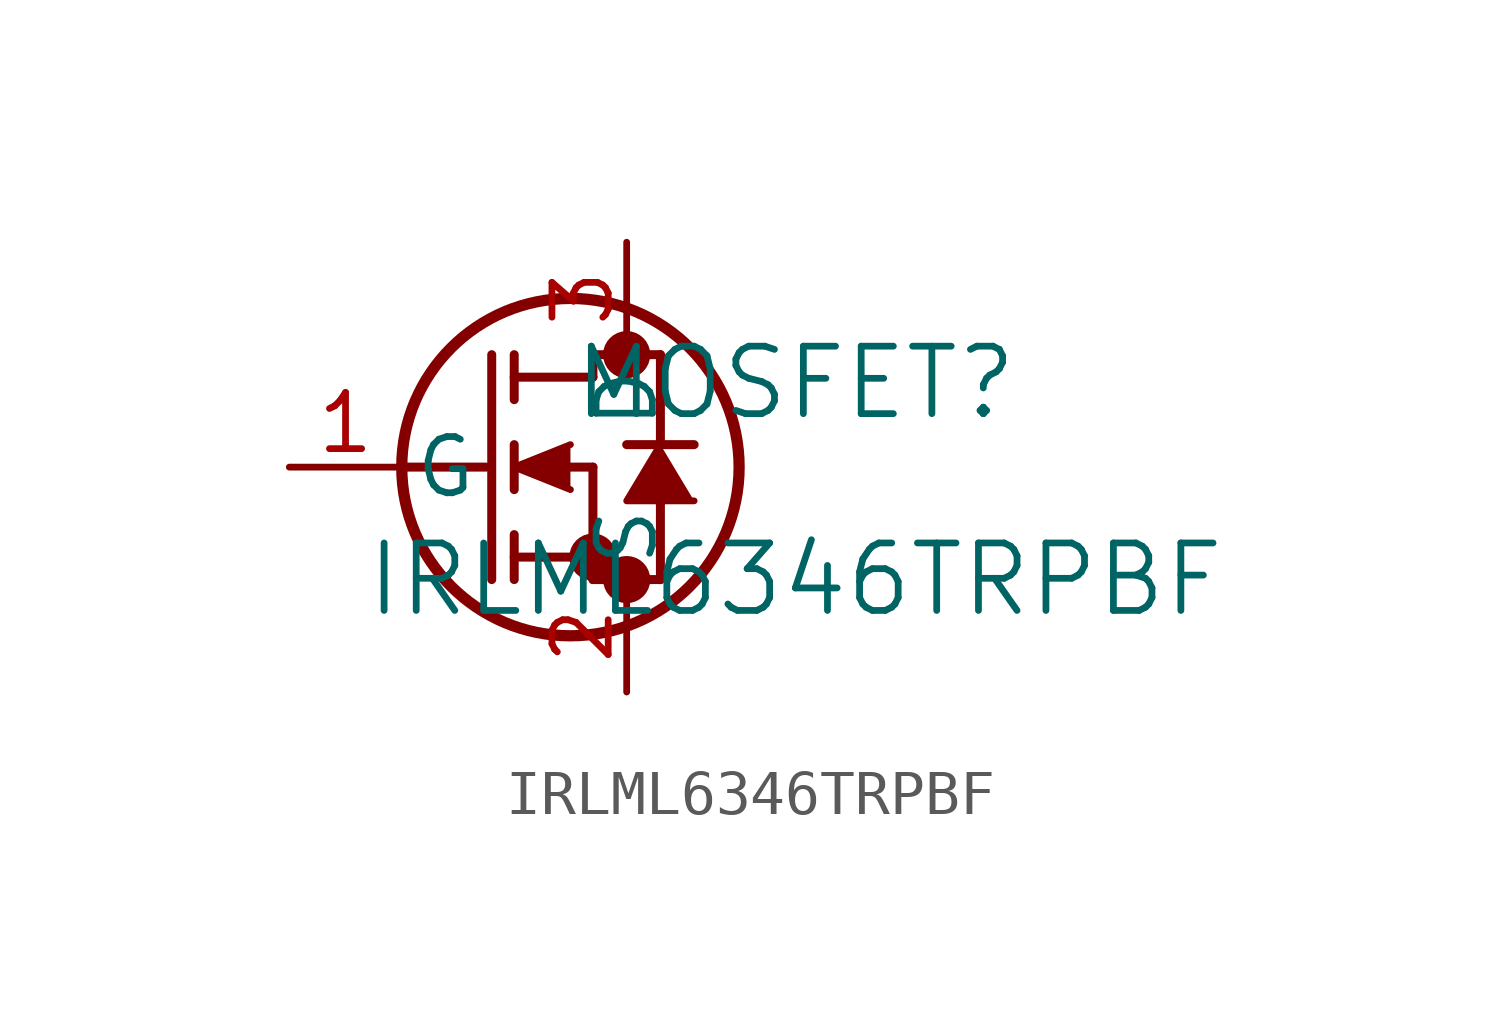
<source format=kicad_sym>
(kicad_symbol_lib
  (version 20211014)
  (generator kicad_symbol_editor)
  (symbol "IRLML6346TRPBF"
    (pin_names
      (offset 0.254))
    (property "Reference" "MOSFET"
      (at 11.43 1.905 0)
      (effects (font (size 1.524 1.524))))
    (property "Value" "IRLML6346TRPBF"
      (at 11.43 -2.54 0)
      (effects (font (size 1.524 1.524))))
    (symbol "IRLML6346TRPBF_0_1"
      (circle (center 7.62 2.54) (radius 0.025) (stroke (width 0.508) (type default) (color 0 0 0 0)) (fill (type none)))
      (circle (center 7.62 -2.54) (radius 0.025) (stroke (width 0.508) (type default) (color 0 0 0 0)) (fill (type none)))
      (circle (center 6.858 -2.032) (radius 0.025) (stroke (width 0.508) (type default) (color 0 0 0 0)) (fill (type none)))
      (circle (center 6.35 0) (radius 3.81) (stroke (width 0.254) (type default) (color 0 0 0 0)) (fill (type none)))
      (polyline (pts (xy 2.54 0) (xy 4.445 0)) (stroke (width 0.203) (type default) (color 0 0 0 0)) (fill (type none)))
      (polyline (pts (xy 4.572 -2.54) (xy 4.572 2.54)) (stroke (width 0.203) (type default) (color 0 0 0 0)) (fill (type none)))
      (polyline (pts (xy 5.08 -0.508) (xy 5.08 0.508)) (stroke (width 0.203) (type default) (color 0 0 0 0)) (fill (type none)))
      (polyline (pts (xy 5.08 -2.54) (xy 5.08 -1.524)) (stroke (width 0.203) (type default) (color 0 0 0 0)) (fill (type none)))
      (polyline (pts (xy 5.08 1.524) (xy 5.08 2.54)) (stroke (width 0.203) (type default) (color 0 0 0 0)) (fill (type none)))
      (polyline (pts (xy 6.35 0) (xy 6.858 0)) (stroke (width 0.203) (type default) (color 0 0 0 0)) (fill (type none)))
      (polyline (pts (xy 5.08 -2.032) (xy 6.858 -2.032)) (stroke (width 0.203) (type default) (color 0 0 0 0)) (fill (type none)))
      (polyline (pts (xy 6.858 -2.54) (xy 6.858 0)) (stroke (width 0.203) (type default) (color 0 0 0 0)) (fill (type none)))
      (polyline (pts (xy 6.858 -2.54) (xy 8.382 -2.54)) (stroke (width 0.203) (type default) (color 0 0 0 0)) (fill (type none)))
      (polyline (pts (xy 5.08 2.032) (xy 6.858 2.032)) (stroke (width 0.203) (type default) (color 0 0 0 0)) (fill (type none)))
      (polyline (pts (xy 8.382 0.508) (xy 8.382 2.54)) (stroke (width 0.203) (type default) (color 0 0 0 0)) (fill (type none)))
      (polyline (pts (xy 6.35 0.508) (xy 5.08 0) (xy 6.35 -0.508)) (stroke (width 0) (type default) (color 0 0 0 0)) (fill (type outline)))
      (polyline (pts (xy 9.144 -0.762) (xy 7.62 -0.762) (xy 8.382 0.508)) (stroke (width 0) (type default) (color 0 0 0 0)) (fill (type outline)))
      (polyline (pts (xy 8.382 -2.54) (xy 8.382 -0.762)) (stroke (width 0.203) (type default) (color 0 0 0 0)) (fill (type none)))
      (polyline (pts (xy 9.144 0.508) (xy 7.62 0.508)) (stroke (width 0.203) (type default) (color 0 0 0 0)) (fill (type none)))
      (polyline (pts (xy 6.858 2.54) (xy 8.382 2.54)) (stroke (width 0.203) (type default) (color 0 0 0 0)) (fill (type none)))
      (polyline (pts (xy 6.858 2.032) (xy 6.858 2.54)) (stroke (width 0.203) (type default) (color 0 0 0 0)) (fill (type none)))
      (pin unspecified line (at 0 0 0) (length 2.54) (name "G" (effects (font (size 1.27 1.27)))) (number "1" (effects (font (size 1.27 1.27)))))
      (pin unspecified line (at 7.62 -5.08 90) (length 2.54) (name "S" (effects (font (size 1.27 1.27)))) (number "2" (effects (font (size 1.27 1.27)))))
      (pin unspecified line (at 7.62 5.08 270) (length 2.54) (name "D" (effects (font (size 1.27 1.27)))) (number "3" (effects (font (size 1.27 1.27))))))))
</source>
